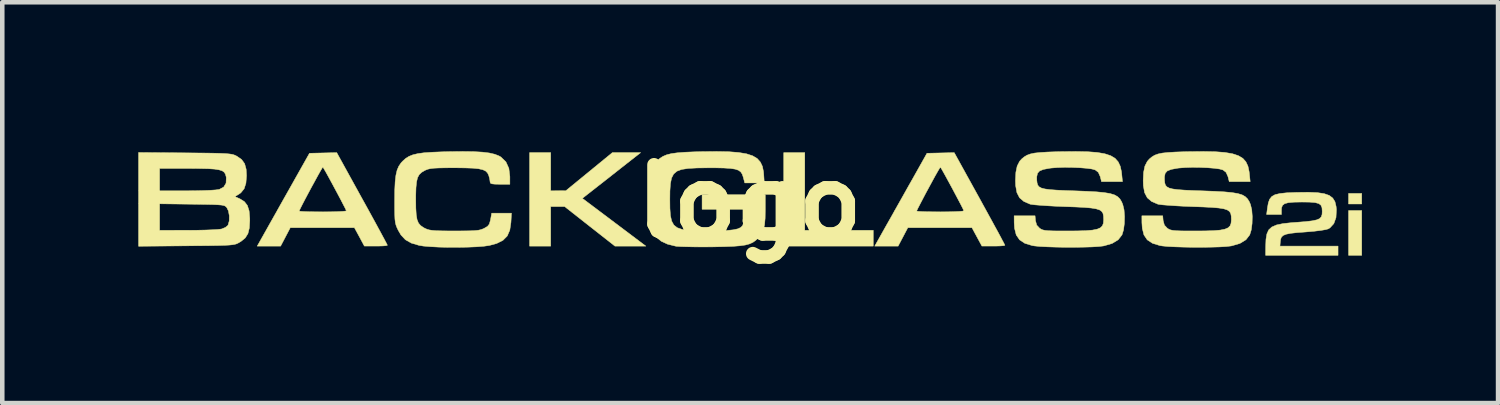
<source format=kicad_pcb>
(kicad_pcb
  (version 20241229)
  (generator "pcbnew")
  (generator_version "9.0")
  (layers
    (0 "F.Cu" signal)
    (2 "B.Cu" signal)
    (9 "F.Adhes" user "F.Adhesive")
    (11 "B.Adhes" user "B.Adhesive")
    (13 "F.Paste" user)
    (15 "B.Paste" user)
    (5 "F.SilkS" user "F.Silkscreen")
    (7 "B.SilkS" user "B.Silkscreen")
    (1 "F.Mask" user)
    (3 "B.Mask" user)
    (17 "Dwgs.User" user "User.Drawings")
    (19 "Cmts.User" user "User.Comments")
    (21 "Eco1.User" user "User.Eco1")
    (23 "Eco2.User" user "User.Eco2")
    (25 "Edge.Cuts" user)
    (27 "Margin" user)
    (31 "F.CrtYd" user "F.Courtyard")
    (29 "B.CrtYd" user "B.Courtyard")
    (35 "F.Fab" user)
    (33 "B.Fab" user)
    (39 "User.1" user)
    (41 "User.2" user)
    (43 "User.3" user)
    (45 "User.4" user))
  (footprint "logo"
    (layer "F.Cu")
    (at 13.474 1.418)
    (property "Reference" "logo" (at 0 0 0) (layer "F.SilkS") (effects (font (size 1.524 1.524) (thickness 0.3))))
    (attr through_hole)
    (fp_poly (pts (xy 13.498 0.029) (xy 13.208 0.029) (xy 13.208 -0.203) (xy 13.498 -0.203) (xy 13.498 0.029)) (stroke (width 0.01) (type solid)) (fill yes) (layer "F.SilkS"))
    (fp_poly (pts (xy 13.498 1.161) (xy 13.208 1.161) (xy 13.208 0.174) (xy 13.498 0.174) (xy 13.498 1.161)) (stroke (width 0.01) (type solid)) (fill yes) (layer "F.SilkS"))
    (fp_poly (pts (xy 1.219 0.61) (xy 2.729 0.61) (xy 2.729 0.958) (xy 0.755 0.958) (xy 0.755 -1.103) (xy 1.219 -1.103) (xy 1.219 0.61)) (stroke (width 0.01) (type solid)) (fill yes) (layer "F.SilkS"))
    (fp_poly (pts (xy -4.383 -0.261) (xy -4.216 -0.262) (xy -4.049 -0.263) (xy -3.023 -1.103) (xy -2.4 -1.103) (xy -2.705 -0.864) (xy -2.85 -0.75) (xy -3.02 -0.616) (xy -3.193 -0.48) (xy -3.347 -0.36) (xy -3.685 -0.095) (xy -2.985 0.431) (xy -2.285 0.958) (xy -2.966 0.958) (xy -3.52 0.523) (xy -4.074 0.087) (xy -4.383 0.087) (xy -4.383 0.958) (xy -4.848 0.958) (xy -4.848 -1.103) (xy -4.383 -1.103) (xy -4.383 -0.261)) (stroke (width 0.01) (type solid)) (fill yes) (layer "F.SilkS"))
    (fp_poly (pts (xy -8.542 -0.091) (xy -8.419 0.131) (xy -8.306 0.337) (xy -8.205 0.522) (xy -8.12 0.679) (xy -8.052 0.805) (xy -8.006 0.892) (xy -7.984 0.936) (xy -7.983 0.939) (xy -8.01 0.948) (xy -8.081 0.954) (xy -8.185 0.957) (xy -8.237 0.957) (xy -8.491 0.957) (xy -8.6 0.754) (xy -8.71 0.552) (xy -10.124 0.552) (xy -10.337 0.958) (xy -10.853 0.958) (xy -10.588 0.486) (xy -10.486 0.305) (xy -10.418 0.185) (xy -9.928 0.185) (xy -9.9 0.191) (xy -9.824 0.196) (xy -9.708 0.2) (xy -9.561 0.202) (xy -9.403 0.203) (xy -9.236 0.202) (xy -9.093 0.198) (xy -8.981 0.193) (xy -8.909 0.186) (xy -8.888 0.179) (xy -8.909 0.132) (xy -8.952 0.049) (xy -9.009 -0.061) (xy -9.077 -0.189) (xy -9.15 -0.325) (xy -9.222 -0.459) (xy -9.289 -0.582) (xy -9.345 -0.683) (xy -9.386 -0.753) (xy -9.405 -0.783) (xy -9.406 -0.784) (xy -9.423 -0.76) (xy -9.462 -0.694) (xy -9.517 -0.596) (xy -9.583 -0.475) (xy -9.656 -0.342) (xy -9.729 -0.206) (xy -9.798 -0.076) (xy -9.857 0.037) (xy -9.901 0.124) (xy -9.925 0.176) (xy -9.928 0.185) (xy -10.418 0.185) (xy -10.366 0.091) (xy -10.238 -0.136) (xy -10.112 -0.359) (xy -10.012 -0.537) (xy -9.701 -1.089) (xy -9.401 -1.096) (xy -9.1 -1.103) (xy -8.542 -0.091)) (stroke (width 0.01) (type solid)) (fill yes) (layer "F.SilkS"))
    (fp_poly (pts (xy 5.073 -0.091) (xy 5.195 0.131) (xy 5.308 0.337) (xy 5.409 0.522) (xy 5.495 0.679) (xy 5.562 0.805) (xy 5.608 0.892) (xy 5.63 0.936) (xy 5.632 0.939) (xy 5.605 0.948) (xy 5.533 0.954) (xy 5.429 0.957) (xy 5.378 0.957) (xy 5.124 0.957) (xy 5.014 0.754) (xy 4.905 0.552) (xy 3.491 0.552) (xy 3.277 0.958) (xy 2.761 0.958) (xy 3.026 0.486) (xy 3.129 0.305) (xy 3.196 0.185) (xy 3.687 0.185) (xy 3.714 0.191) (xy 3.791 0.196) (xy 3.907 0.2) (xy 4.054 0.202) (xy 4.212 0.203) (xy 4.378 0.202) (xy 4.522 0.198) (xy 4.634 0.193) (xy 4.705 0.186) (xy 4.727 0.179) (xy 4.705 0.132) (xy 4.663 0.049) (xy 4.605 -0.061) (xy 4.537 -0.189) (xy 4.465 -0.325) (xy 4.392 -0.459) (xy 4.325 -0.582) (xy 4.269 -0.683) (xy 4.229 -0.753) (xy 4.209 -0.783) (xy 4.209 -0.784) (xy 4.192 -0.76) (xy 4.153 -0.694) (xy 4.097 -0.596) (xy 4.031 -0.475) (xy 3.959 -0.342) (xy 3.885 -0.206) (xy 3.817 -0.076) (xy 3.758 0.037) (xy 3.713 0.124) (xy 3.689 0.176) (xy 3.687 0.185) (xy 3.196 0.185) (xy 3.249 0.091) (xy 3.377 -0.136) (xy 3.502 -0.359) (xy 3.603 -0.537) (xy 3.913 -1.089) (xy 4.214 -1.096) (xy 4.514 -1.103) (xy 5.073 -0.091)) (stroke (width 0.01) (type solid)) (fill yes) (layer "F.SilkS"))
    (fp_poly (pts (xy 12.521 -0.221) (xy 12.672 -0.198) (xy 12.783 -0.159) (xy 12.859 -0.101) (xy 12.908 -0.022) (xy 12.933 0.082) (xy 12.94 0.153) (xy 12.931 0.328) (xy 12.883 0.462) (xy 12.798 0.555) (xy 12.76 0.578) (xy 12.698 0.595) (xy 12.59 0.613) (xy 12.449 0.63) (xy 12.288 0.644) (xy 12.266 0.646) (xy 12.074 0.66) (xy 11.931 0.676) (xy 11.831 0.696) (xy 11.766 0.723) (xy 11.728 0.759) (xy 11.71 0.807) (xy 11.704 0.849) (xy 11.695 0.958) (xy 12.976 0.958) (xy 12.976 1.161) (xy 11.379 1.161) (xy 11.381 0.965) (xy 11.387 0.81) (xy 11.407 0.69) (xy 11.447 0.601) (xy 11.516 0.537) (xy 11.618 0.492) (xy 11.761 0.462) (xy 11.953 0.441) (xy 12.066 0.433) (xy 12.26 0.418) (xy 12.404 0.401) (xy 12.504 0.38) (xy 12.57 0.352) (xy 12.607 0.312) (xy 12.624 0.258) (xy 12.627 0.189) (xy 12.622 0.111) (xy 12.599 0.056) (xy 12.552 0.02) (xy 12.471 -0.002) (xy 12.348 -0.012) (xy 12.177 -0.014) (xy 12.004 -0.011) (xy 11.881 -0.000211) (xy 11.799 0.022) (xy 11.752 0.059) (xy 11.731 0.112) (xy 11.728 0.161) (xy 11.728 0.261) (xy 11.401 0.261) (xy 11.42 0.114) (xy 11.439 0.005) (xy 11.468 -0.076) (xy 11.515 -0.135) (xy 11.587 -0.176) (xy 11.693 -0.201) (xy 11.84 -0.217) (xy 12.036 -0.225) (xy 12.076 -0.226) (xy 12.324 -0.229) (xy 12.521 -0.221)) (stroke (width 0.01) (type solid)) (fill yes) (layer "F.SilkS"))
    (fp_poly (pts (xy -0.458 -1.123) (xy -0.24 -1.106) (xy -0.066 -1.077) (xy 0.069 -1.033) (xy 0.169 -0.974) (xy 0.239 -0.896) (xy 0.285 -0.8) (xy 0.309 -0.682) (xy 0.314 -0.624) (xy 0.326 -0.435) (xy -0.104 -0.435) (xy -0.138 -0.564) (xy -0.16 -0.628) (xy -0.192 -0.677) (xy -0.241 -0.714) (xy -0.315 -0.739) (xy -0.42 -0.755) (xy -0.563 -0.764) (xy -0.753 -0.768) (xy -0.914 -0.768) (xy -1.157 -0.765) (xy -1.348 -0.755) (xy -1.494 -0.733) (xy -1.599 -0.694) (xy -1.672 -0.632) (xy -1.718 -0.543) (xy -1.743 -0.42) (xy -1.754 -0.26) (xy -1.756 -0.073) (xy -1.754 0.127) (xy -1.743 0.285) (xy -1.716 0.405) (xy -1.669 0.492) (xy -1.594 0.552) (xy -1.485 0.59) (xy -1.336 0.611) (xy -1.142 0.62) (xy -0.914 0.622) (xy -0.68 0.62) (xy -0.497 0.613) (xy -0.359 0.599) (xy -0.26 0.578) (xy -0.194 0.548) (xy -0.154 0.508) (xy -0.149 0.498) (xy -0.131 0.443) (xy -0.113 0.354) (xy -0.104 0.298) (xy -0.085 0.145) (xy -1.045 0.145) (xy -1.045 -0.174) (xy 0.348 -0.174) (xy 0.348 0.155) (xy 0.345 0.344) (xy 0.332 0.487) (xy 0.307 0.596) (xy 0.266 0.684) (xy 0.208 0.761) (xy 0.195 0.775) (xy 0.137 0.831) (xy 0.075 0.875) (xy 0.001 0.909) (xy -0.092 0.934) (xy -0.213 0.951) (xy -0.367 0.963) (xy -0.565 0.97) (xy -0.812 0.975) (xy -0.827 0.975) (xy -1.028 0.976) (xy -1.216 0.975) (xy -1.383 0.972) (xy -1.518 0.968) (xy -1.609 0.962) (xy -1.633 0.958) (xy -1.806 0.915) (xy -1.946 0.85) (xy -2.054 0.759) (xy -2.135 0.636) (xy -2.189 0.476) (xy -2.22 0.274) (xy -2.231 0.025) (xy -2.227 -0.198) (xy -2.216 -0.407) (xy -2.199 -0.569) (xy -2.174 -0.694) (xy -2.137 -0.79) (xy -2.086 -0.869) (xy -2.043 -0.916) (xy -1.978 -0.975) (xy -1.908 -1.02) (xy -1.826 -1.055) (xy -1.723 -1.081) (xy -1.591 -1.099) (xy -1.421 -1.112) (xy -1.207 -1.121) (xy -1.043 -1.125) (xy -0.724 -1.128) (xy -0.458 -1.123)) (stroke (width 0.01) (type solid)) (fill yes) (layer "F.SilkS"))
    (fp_poly (pts (xy -12.446 -1.098) (xy -12.175 -1.095) (xy -11.956 -1.093) (xy -11.781 -1.09) (xy -11.646 -1.086) (xy -11.544 -1.081) (xy -11.468 -1.074) (xy -11.412 -1.066) (xy -11.37 -1.055) (xy -11.335 -1.041) (xy -11.3 -1.023) (xy -11.3 -1.023) (xy -11.197 -0.951) (xy -11.131 -0.86) (xy -11.097 -0.737) (xy -11.089 -0.595) (xy -11.102 -0.429) (xy -11.142 -0.306) (xy -11.215 -0.217) (xy -11.261 -0.185) (xy -11.347 -0.134) (xy -11.234 -0.084) (xy -11.136 -0.023) (xy -11.07 0.062) (xy -11.032 0.181) (xy -11.018 0.343) (xy -11.017 0.392) (xy -11.027 0.559) (xy -11.058 0.683) (xy -11.118 0.778) (xy -11.211 0.854) (xy -11.246 0.875) (xy -11.278 0.893) (xy -11.31 0.908) (xy -11.349 0.919) (xy -11.401 0.928) (xy -11.471 0.935) (xy -11.566 0.94) (xy -11.692 0.944) (xy -11.855 0.947) (xy -12.063 0.949) (xy -12.32 0.951) (xy -12.417 0.952) (xy -13.469 0.961) (xy -13.469 0.61) (xy -13.005 0.61) (xy -12.373 0.609) (xy -12.181 0.608) (xy -12.001 0.604) (xy -11.846 0.598) (xy -11.724 0.591) (xy -11.647 0.582) (xy -11.634 0.579) (xy -11.555 0.546) (xy -11.501 0.502) (xy -11.496 0.494) (xy -11.47 0.403) (xy -11.468 0.29) (xy -11.488 0.182) (xy -11.522 0.112) (xy -11.54 0.091) (xy -11.562 0.074) (xy -11.594 0.062) (xy -11.643 0.053) (xy -11.718 0.047) (xy -11.825 0.042) (xy -11.971 0.039) (xy -12.164 0.036) (xy -12.291 0.034) (xy -13.005 0.025) (xy -13.005 0.61) (xy -13.469 0.61) (xy -13.469 -0.755) (xy -13.005 -0.755) (xy -13.005 -0.261) (xy -12.402 -0.261) (xy -12.212 -0.263) (xy -12.036 -0.267) (xy -11.884 -0.273) (xy -11.768 -0.281) (xy -11.696 -0.291) (xy -11.69 -0.292) (xy -11.592 -0.344) (xy -11.54 -0.43) (xy -11.535 -0.55) (xy -11.539 -0.575) (xy -11.554 -0.628) (xy -11.58 -0.67) (xy -11.625 -0.702) (xy -11.695 -0.724) (xy -11.796 -0.74) (xy -11.935 -0.749) (xy -12.118 -0.753) (xy -12.352 -0.755) (xy -12.38 -0.755) (xy -13.005 -0.755) (xy -13.469 -0.755) (xy -13.469 -1.106) (xy -12.446 -1.098)) (stroke (width 0.01) (type solid)) (fill yes) (layer "F.SilkS"))
    (fp_poly (pts (xy -6.083 -1.125) (xy -5.89 -1.114) (xy -5.736 -1.095) (xy -5.615 -1.067) (xy -5.522 -1.03) (xy -5.48 -1.006) (xy -5.37 -0.899) (xy -5.305 -0.756) (xy -5.283 -0.574) (xy -5.283 -0.573) (xy -5.283 -0.406) (xy -5.501 -0.406) (xy -5.613 -0.408) (xy -5.678 -0.415) (xy -5.71 -0.429) (xy -5.719 -0.455) (xy -5.719 -0.46) (xy -5.728 -0.525) (xy -5.75 -0.604) (xy -5.776 -0.656) (xy -5.816 -0.697) (xy -5.878 -0.726) (xy -5.969 -0.747) (xy -6.095 -0.76) (xy -6.265 -0.766) (xy -6.485 -0.769) (xy -6.517 -0.769) (xy -6.708 -0.768) (xy -6.851 -0.765) (xy -6.956 -0.76) (xy -7.032 -0.751) (xy -7.09 -0.738) (xy -7.139 -0.719) (xy -7.156 -0.711) (xy -7.228 -0.669) (xy -7.281 -0.619) (xy -7.318 -0.551) (xy -7.34 -0.458) (xy -7.353 -0.328) (xy -7.358 -0.154) (xy -7.358 -0.073) (xy -7.356 0.122) (xy -7.347 0.267) (xy -7.329 0.373) (xy -7.298 0.45) (xy -7.251 0.505) (xy -7.186 0.55) (xy -7.156 0.566) (xy -7.108 0.587) (xy -7.056 0.602) (xy -6.988 0.612) (xy -6.897 0.619) (xy -6.771 0.622) (xy -6.601 0.624) (xy -6.502 0.624) (xy -6.309 0.623) (xy -6.163 0.621) (xy -6.057 0.616) (xy -5.979 0.608) (xy -5.921 0.595) (xy -5.873 0.577) (xy -5.849 0.566) (xy -5.776 0.523) (xy -5.736 0.473) (xy -5.713 0.393) (xy -5.708 0.37) (xy -5.683 0.232) (xy -5.248 0.232) (xy -5.259 0.434) (xy -5.284 0.604) (xy -5.34 0.734) (xy -5.435 0.83) (xy -5.575 0.9) (xy -5.733 0.943) (xy -5.851 0.96) (xy -6.014 0.973) (xy -6.208 0.981) (xy -6.42 0.985) (xy -6.638 0.985) (xy -6.847 0.98) (xy -7.036 0.97) (xy -7.19 0.957) (xy -7.283 0.942) (xy -7.456 0.891) (xy -7.586 0.817) (xy -7.685 0.711) (xy -7.744 0.61) (xy -7.773 0.549) (xy -7.794 0.494) (xy -7.808 0.435) (xy -7.817 0.36) (xy -7.821 0.259) (xy -7.823 0.12) (xy -7.823 -0.044) (xy -7.821 -0.277) (xy -7.812 -0.461) (xy -7.795 -0.605) (xy -7.769 -0.717) (xy -7.731 -0.805) (xy -7.68 -0.879) (xy -7.644 -0.917) (xy -7.58 -0.975) (xy -7.508 -1.02) (xy -7.421 -1.055) (xy -7.312 -1.081) (xy -7.173 -1.1) (xy -6.995 -1.112) (xy -6.772 -1.121) (xy -6.612 -1.125) (xy -6.322 -1.128) (xy -6.083 -1.125)) (stroke (width 0.01) (type solid)) (fill yes) (layer "F.SilkS"))
    (fp_poly (pts (xy 7.454 -1.123) (xy 7.666 -1.107) (xy 7.834 -1.078) (xy 7.964 -1.035) (xy 8.061 -0.977) (xy 8.129 -0.9) (xy 8.174 -0.804) (xy 8.2 -0.687) (xy 8.205 -0.646) (xy 8.223 -0.464) (xy 7.761 -0.464) (xy 7.734 -0.573) (xy 7.691 -0.669) (xy 7.624 -0.721) (xy 7.551 -0.742) (xy 7.433 -0.758) (xy 7.284 -0.77) (xy 7.118 -0.777) (xy 6.947 -0.779) (xy 6.786 -0.774) (xy 6.648 -0.763) (xy 6.619 -0.759) (xy 6.484 -0.734) (xy 6.397 -0.7) (xy 6.35 -0.648) (xy 6.333 -0.569) (xy 6.334 -0.494) (xy 6.341 -0.434) (xy 6.356 -0.386) (xy 6.385 -0.35) (xy 6.436 -0.322) (xy 6.514 -0.302) (xy 6.626 -0.287) (xy 6.778 -0.276) (xy 6.977 -0.267) (xy 7.183 -0.26) (xy 7.445 -0.25) (xy 7.656 -0.238) (xy 7.822 -0.222) (xy 7.949 -0.201) (xy 8.045 -0.172) (xy 8.115 -0.133) (xy 8.166 -0.083) (xy 8.204 -0.02) (xy 8.23 0.042) (xy 8.258 0.158) (xy 8.269 0.304) (xy 8.265 0.459) (xy 8.246 0.602) (xy 8.213 0.71) (xy 8.213 0.71) (xy 8.129 0.818) (xy 7.996 0.899) (xy 7.816 0.952) (xy 7.799 0.955) (xy 7.696 0.967) (xy 7.548 0.976) (xy 7.369 0.981) (xy 7.169 0.984) (xy 6.961 0.984) (xy 6.756 0.98) (xy 6.567 0.974) (xy 6.405 0.966) (xy 6.283 0.954) (xy 6.233 0.946) (xy 6.07 0.896) (xy 5.955 0.82) (xy 5.881 0.712) (xy 5.844 0.565) (xy 5.836 0.443) (xy 5.835 0.29) (xy 6.296 0.29) (xy 6.305 0.396) (xy 6.333 0.496) (xy 6.396 0.563) (xy 6.429 0.585) (xy 6.468 0.601) (xy 6.52 0.612) (xy 6.597 0.619) (xy 6.706 0.623) (xy 6.857 0.624) (xy 6.991 0.624) (xy 7.231 0.623) (xy 7.42 0.617) (xy 7.563 0.605) (xy 7.667 0.584) (xy 7.737 0.554) (xy 7.78 0.511) (xy 7.802 0.455) (xy 7.808 0.383) (xy 7.808 0.368) (xy 7.805 0.296) (xy 7.794 0.238) (xy 7.767 0.194) (xy 7.719 0.16) (xy 7.643 0.136) (xy 7.533 0.118) (xy 7.384 0.105) (xy 7.189 0.095) (xy 6.955 0.087) (xy 6.758 0.079) (xy 6.575 0.069) (xy 6.416 0.058) (xy 6.29 0.048) (xy 6.208 0.037) (xy 6.187 0.033) (xy 6.05 -0.026) (xy 5.954 -0.108) (xy 5.896 -0.221) (xy 5.868 -0.375) (xy 5.864 -0.485) (xy 5.873 -0.669) (xy 5.902 -0.807) (xy 5.955 -0.911) (xy 6.001 -0.963) (xy 6.057 -1.009) (xy 6.118 -1.046) (xy 6.191 -1.073) (xy 6.285 -1.093) (xy 6.409 -1.106) (xy 6.571 -1.116) (xy 6.779 -1.123) (xy 6.883 -1.125) (xy 7.195 -1.128) (xy 7.454 -1.123)) (stroke (width 0.01) (type solid)) (fill yes) (layer "F.SilkS"))
    (fp_poly (pts (xy 10.27 -1.123) (xy 10.481 -1.107) (xy 10.65 -1.078) (xy 10.78 -1.035) (xy 10.877 -0.977) (xy 10.945 -0.9) (xy 10.99 -0.804) (xy 11.015 -0.687) (xy 11.02 -0.646) (xy 11.039 -0.464) (xy 10.577 -0.464) (xy 10.55 -0.573) (xy 10.507 -0.669) (xy 10.44 -0.721) (xy 10.366 -0.742) (xy 10.249 -0.758) (xy 10.1 -0.77) (xy 9.934 -0.777) (xy 9.763 -0.779) (xy 9.602 -0.774) (xy 9.463 -0.763) (xy 9.435 -0.759) (xy 9.299 -0.734) (xy 9.212 -0.7) (xy 9.165 -0.648) (xy 9.149 -0.569) (xy 9.15 -0.494) (xy 9.156 -0.434) (xy 9.171 -0.386) (xy 9.201 -0.35) (xy 9.252 -0.322) (xy 9.33 -0.302) (xy 9.442 -0.287) (xy 9.594 -0.276) (xy 9.792 -0.267) (xy 9.998 -0.26) (xy 10.261 -0.25) (xy 10.472 -0.238) (xy 10.638 -0.222) (xy 10.765 -0.201) (xy 10.861 -0.172) (xy 10.93 -0.133) (xy 10.981 -0.083) (xy 11.02 -0.02) (xy 11.046 0.042) (xy 11.074 0.158) (xy 11.085 0.304) (xy 11.081 0.459) (xy 11.062 0.602) (xy 11.029 0.71) (xy 11.029 0.71) (xy 10.945 0.818) (xy 10.812 0.899) (xy 10.632 0.952) (xy 10.615 0.955) (xy 10.511 0.967) (xy 10.364 0.976) (xy 10.184 0.981) (xy 9.985 0.984) (xy 9.777 0.984) (xy 9.572 0.98) (xy 9.383 0.974) (xy 9.221 0.966) (xy 9.098 0.954) (xy 9.049 0.946) (xy 8.886 0.896) (xy 8.77 0.82) (xy 8.697 0.712) (xy 8.66 0.565) (xy 8.652 0.443) (xy 8.651 0.29) (xy 9.111 0.29) (xy 9.12 0.396) (xy 9.148 0.496) (xy 9.211 0.563) (xy 9.245 0.585) (xy 9.283 0.601) (xy 9.336 0.612) (xy 9.412 0.619) (xy 9.522 0.623) (xy 9.673 0.624) (xy 9.807 0.624) (xy 10.047 0.623) (xy 10.236 0.617) (xy 10.379 0.605) (xy 10.483 0.584) (xy 10.553 0.554) (xy 10.596 0.511) (xy 10.617 0.455) (xy 10.624 0.383) (xy 10.624 0.368) (xy 10.621 0.296) (xy 10.61 0.238) (xy 10.583 0.194) (xy 10.534 0.16) (xy 10.459 0.136) (xy 10.349 0.118) (xy 10.2 0.105) (xy 10.004 0.095) (xy 9.771 0.087) (xy 9.574 0.079) (xy 9.391 0.069) (xy 9.231 0.058) (xy 9.106 0.048) (xy 9.024 0.037) (xy 9.003 0.033) (xy 8.866 -0.026) (xy 8.77 -0.108) (xy 8.711 -0.221) (xy 8.684 -0.375) (xy 8.68 -0.485) (xy 8.689 -0.669) (xy 8.718 -0.807) (xy 8.771 -0.911) (xy 8.817 -0.963) (xy 8.873 -1.009) (xy 8.933 -1.046) (xy 9.007 -1.073) (xy 9.101 -1.093) (xy 9.225 -1.106) (xy 9.387 -1.116) (xy 9.595 -1.123) (xy 9.699 -1.125) (xy 10.011 -1.128) (xy 10.27 -1.123)) (stroke (width 0.01) (type solid)) (fill yes) (layer "F.SilkS")))
  (gr_rect
    (start -3 -3)
    (end 29.978 5.836)
    (stroke (width 0.1) (type default))
    (fill no)
    (layer "Edge.Cuts")))
</source>
